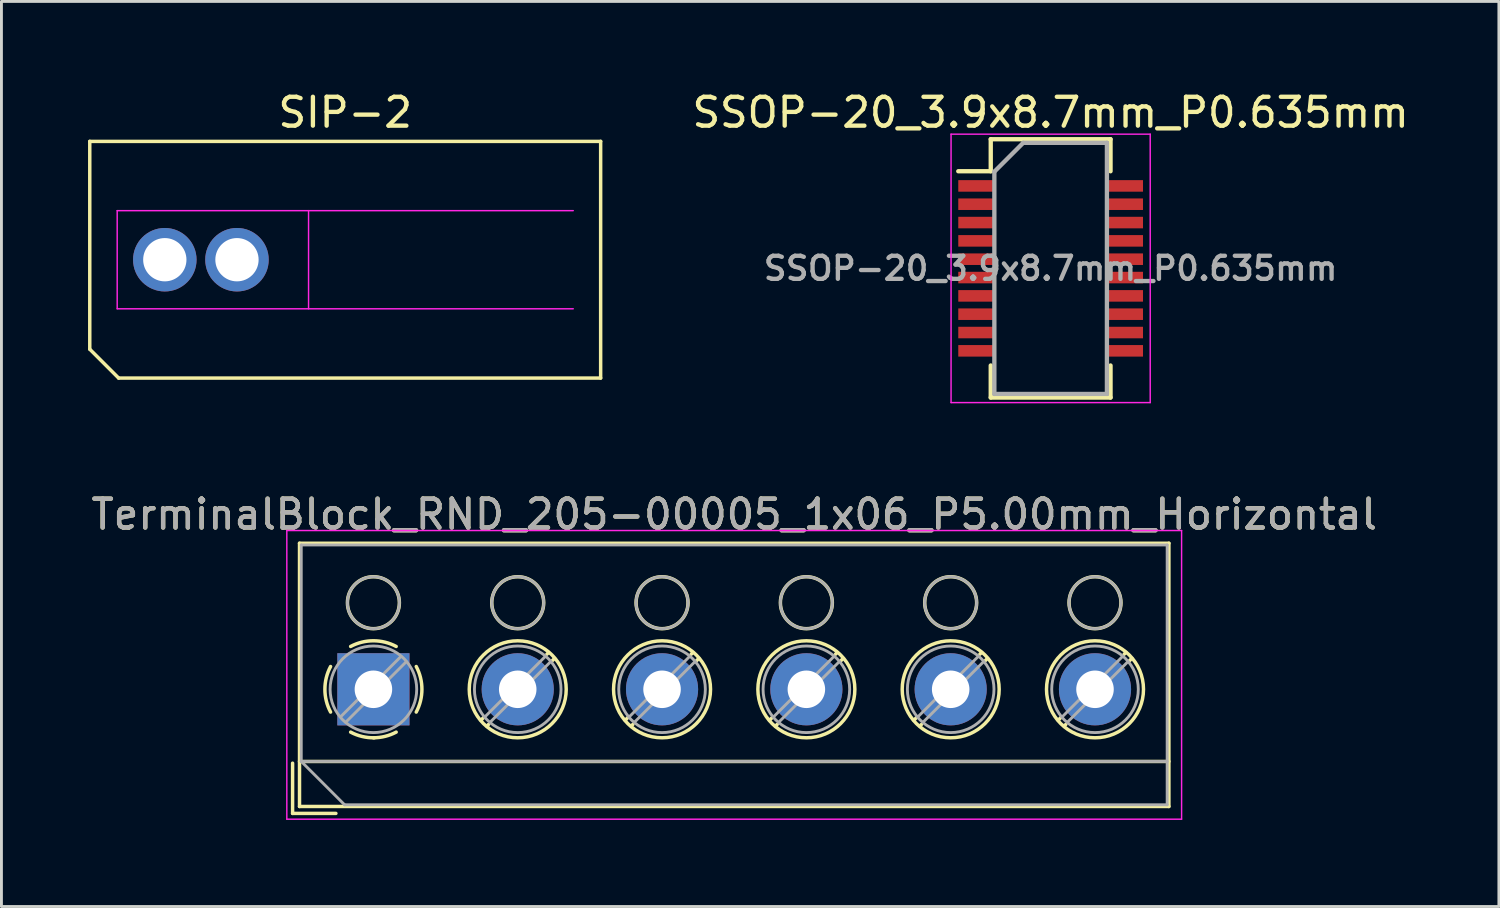
<source format=kicad_pcb>
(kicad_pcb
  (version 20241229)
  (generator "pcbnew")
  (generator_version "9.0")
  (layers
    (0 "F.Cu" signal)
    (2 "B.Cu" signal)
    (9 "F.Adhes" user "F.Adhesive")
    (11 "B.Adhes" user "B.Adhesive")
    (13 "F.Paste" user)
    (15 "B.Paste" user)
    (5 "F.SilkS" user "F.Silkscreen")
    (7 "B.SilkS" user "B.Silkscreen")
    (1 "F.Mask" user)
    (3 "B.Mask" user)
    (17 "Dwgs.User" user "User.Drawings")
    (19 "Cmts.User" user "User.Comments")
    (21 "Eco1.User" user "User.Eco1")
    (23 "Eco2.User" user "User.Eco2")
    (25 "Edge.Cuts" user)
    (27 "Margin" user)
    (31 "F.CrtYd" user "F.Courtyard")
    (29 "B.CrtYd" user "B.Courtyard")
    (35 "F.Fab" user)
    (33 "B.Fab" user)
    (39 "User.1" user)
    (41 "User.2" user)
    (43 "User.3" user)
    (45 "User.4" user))
  (footprint "SIP-2"
    (layer "F.Cu")
    (at 8.91 5.948)
    (property "Reference" "SIP-2" (at 0 -5.1 0) (layer "F.SilkS") (effects (font (size 1 1) (thickness 0.15))))
    (attr through_hole)
    (fp_line (start -8.85 -4.1) (end 8.85 -4.1) (stroke (width 0.12) (type solid)) (layer "F.SilkS"))
    (fp_line (start -8.85 3.1) (end -8.85 -4.1) (stroke (width 0.12) (type solid)) (layer "F.SilkS"))
    (fp_line (start -7.85 4.1) (end -8.85 3.1) (stroke (width 0.12) (type solid)) (layer "F.SilkS"))
    (fp_line (start 8.85 -4.1) (end 8.85 4.1) (stroke (width 0.12) (type solid)) (layer "F.SilkS"))
    (fp_line (start 8.85 4.1) (end -7.85 4.1) (stroke (width 0.12) (type solid)) (layer "F.SilkS"))
    (fp_line (start -7.9 -1.7) (end 7.9 -1.7) (stroke (width 0.05) (type solid)) (layer "F.CrtYd"))
    (fp_line (start -7.9 1.7) (end -7.9 -1.7) (stroke (width 0.05) (type solid)) (layer "F.CrtYd"))
    (fp_line (start -1.27 -1.7) (end -1.27 1.7) (stroke (width 0.05) (type solid)) (layer "F.CrtYd"))
    (fp_line (start 7.9 1.7) (end -7.9 1.7) (stroke (width 0.05) (type solid)) (layer "F.CrtYd"))
    (pad "1" thru_hole oval (at -6.25 0) (size 2.2 2.2) (drill 1.5) (layers "*.Cu" "*.Mask"))
    (pad "2" thru_hole oval (at -3.75 0) (size 2.2 2.2) (drill 1.5) (layers "*.Cu" "*.Mask")))
  (footprint "TerminalBlock_RND_205-00005_1x06_P5.00mm_Horizontal"
    (layer "F.Cu")
    (at 9.887 20.831)
    (property "Reference" "TerminalBlock_RND_205-00005_1x06_P5.00mm_Horizontal" (at 12.5 -6.06 0) (layer "F.SilkS") (effects (font (size 1 1) (thickness 0.15))))
    (attr through_hole)
    (fp_line (start -2.8 2.56) (end -2.8 4.3) (stroke (width 0.12) (type solid)) (layer "F.SilkS"))
    (fp_line (start -2.8 4.3) (end -1.3 4.3) (stroke (width 0.12) (type solid)) (layer "F.SilkS"))
    (fp_line (start -2.56 -5.06) (end -2.56 4.06) (stroke (width 0.12) (type solid)) (layer "F.SilkS"))
    (fp_line (start -2.56 -5.06) (end 27.56 -5.06) (stroke (width 0.12) (type solid)) (layer "F.SilkS"))
    (fp_line (start -2.56 2.5) (end 27.56 2.5) (stroke (width 0.12) (type solid)) (layer "F.SilkS"))
    (fp_line (start -2.56 4.06) (end 27.56 4.06) (stroke (width 0.12) (type solid)) (layer "F.SilkS"))
    (fp_line (start 3.82 0.976) (end 3.726 1.069) (stroke (width 0.12) (type solid)) (layer "F.SilkS"))
    (fp_line (start 3.99 1.216) (end 3.931 1.274) (stroke (width 0.12) (type solid)) (layer "F.SilkS"))
    (fp_line (start 6.07 -1.275) (end 6.011 -1.216) (stroke (width 0.12) (type solid)) (layer "F.SilkS"))
    (fp_line (start 6.275 -1.069) (end 6.181 -0.976) (stroke (width 0.12) (type solid)) (layer "F.SilkS"))
    (fp_line (start 8.82 0.976) (end 8.726 1.069) (stroke (width 0.12) (type solid)) (layer "F.SilkS"))
    (fp_line (start 8.99 1.216) (end 8.931 1.274) (stroke (width 0.12) (type solid)) (layer "F.SilkS"))
    (fp_line (start 11.07 -1.275) (end 11.011 -1.216) (stroke (width 0.12) (type solid)) (layer "F.SilkS"))
    (fp_line (start 11.275 -1.069) (end 11.181 -0.976) (stroke (width 0.12) (type solid)) (layer "F.SilkS"))
    (fp_line (start 13.82 0.976) (end 13.726 1.069) (stroke (width 0.12) (type solid)) (layer "F.SilkS"))
    (fp_line (start 13.99 1.216) (end 13.931 1.274) (stroke (width 0.12) (type solid)) (layer "F.SilkS"))
    (fp_line (start 16.07 -1.275) (end 16.011 -1.216) (stroke (width 0.12) (type solid)) (layer "F.SilkS"))
    (fp_line (start 16.275 -1.069) (end 16.181 -0.976) (stroke (width 0.12) (type solid)) (layer "F.SilkS"))
    (fp_line (start 18.82 0.976) (end 18.726 1.069) (stroke (width 0.12) (type solid)) (layer "F.SilkS"))
    (fp_line (start 18.99 1.216) (end 18.931 1.274) (stroke (width 0.12) (type solid)) (layer "F.SilkS"))
    (fp_line (start 21.07 -1.275) (end 21.011 -1.216) (stroke (width 0.12) (type solid)) (layer "F.SilkS"))
    (fp_line (start 21.275 -1.069) (end 21.181 -0.976) (stroke (width 0.12) (type solid)) (layer "F.SilkS"))
    (fp_line (start 23.82 0.976) (end 23.726 1.069) (stroke (width 0.12) (type solid)) (layer "F.SilkS"))
    (fp_line (start 23.99 1.216) (end 23.931 1.274) (stroke (width 0.12) (type solid)) (layer "F.SilkS"))
    (fp_line (start 26.07 -1.275) (end 26.011 -1.216) (stroke (width 0.12) (type solid)) (layer "F.SilkS"))
    (fp_line (start 26.275 -1.069) (end 26.181 -0.976) (stroke (width 0.12) (type solid)) (layer "F.SilkS"))
    (fp_line (start 27.56 -5.06) (end 27.56 4.06) (stroke (width 0.12) (type solid)) (layer "F.SilkS"))
    (fp_arc (start -1.483953 0.789089) (mid -1.680708 0.00005) (end -1.484 -0.789) (stroke (width 0.12) (type solid)) (layer "F.SilkS"))
    (fp_arc (start -0.789089 -1.483953) (mid -0.00005 -1.680708) (end 0.789 -1.484) (stroke (width 0.12) (type solid)) (layer "F.SilkS"))
    (fp_arc (start 0.029383 1.68045) (mid -0.392304 1.634281) (end -0.789 1.484) (stroke (width 0.12) (type solid)) (layer "F.SilkS"))
    (fp_arc (start 0.788712 1.483352) (mid 0.406429 1.630097) (end 0 1.68) (stroke (width 0.12) (type solid)) (layer "F.SilkS"))
    (fp_arc (start 1.483953 -0.789089) (mid 1.680708 -0.00005) (end 1.484 0.789) (stroke (width 0.12) (type solid)) (layer "F.SilkS"))
    (fp_circle (center 0 -3) (end 0.9 -3) (stroke (width 0.12) (type solid)) (fill no) (layer "F.SilkS"))
    (fp_circle (center 5 -3) (end 5.9 -3) (stroke (width 0.12) (type solid)) (fill no) (layer "F.SilkS"))
    (fp_circle (center 5 0) (end 6.68 0) (stroke (width 0.12) (type solid)) (fill no) (layer "F.SilkS"))
    (fp_circle (center 10 -3) (end 10.9 -3) (stroke (width 0.12) (type solid)) (fill no) (layer "F.SilkS"))
    (fp_circle (center 10 0) (end 11.68 0) (stroke (width 0.12) (type solid)) (fill no) (layer "F.SilkS"))
    (fp_circle (center 15 -3) (end 15.9 -3) (stroke (width 0.12) (type solid)) (fill no) (layer "F.SilkS"))
    (fp_circle (center 15 0) (end 16.68 0) (stroke (width 0.12) (type solid)) (fill no) (layer "F.SilkS"))
    (fp_circle (center 20 -3) (end 20.9 -3) (stroke (width 0.12) (type solid)) (fill no) (layer "F.SilkS"))
    (fp_circle (center 20 0) (end 21.68 0) (stroke (width 0.12) (type solid)) (fill no) (layer "F.SilkS"))
    (fp_circle (center 25 -3) (end 25.9 -3) (stroke (width 0.12) (type solid)) (fill no) (layer "F.SilkS"))
    (fp_circle (center 25 0) (end 26.68 0) (stroke (width 0.12) (type solid)) (fill no) (layer "F.SilkS"))
    (fp_line (start -3 -5.5) (end -3 4.5) (stroke (width 0.05) (type solid)) (layer "F.CrtYd"))
    (fp_line (start -3 4.5) (end 28 4.5) (stroke (width 0.05) (type solid)) (layer "F.CrtYd"))
    (fp_line (start 28 -5.5) (end -3 -5.5) (stroke (width 0.05) (type solid)) (layer "F.CrtYd"))
    (fp_line (start 28 4.5) (end 28 -5.5) (stroke (width 0.05) (type solid)) (layer "F.CrtYd"))
    (fp_line (start -2.5 -5) (end 27.5 -5) (stroke (width 0.1) (type solid)) (layer "F.Fab"))
    (fp_line (start -2.5 2.5) (end -2.5 -5) (stroke (width 0.1) (type solid)) (layer "F.Fab"))
    (fp_line (start -2.5 2.5) (end 27.5 2.5) (stroke (width 0.1) (type solid)) (layer "F.Fab"))
    (fp_line (start -1 4) (end -2.5 2.5) (stroke (width 0.1) (type solid)) (layer "F.Fab"))
    (fp_line (start 0.955 -1.138) (end -1.138 0.955) (stroke (width 0.1) (type solid)) (layer "F.Fab"))
    (fp_line (start 1.138 -0.955) (end -0.955 1.138) (stroke (width 0.1) (type solid)) (layer "F.Fab"))
    (fp_line (start 5.955 -1.138) (end 3.863 0.955) (stroke (width 0.1) (type solid)) (layer "F.Fab"))
    (fp_line (start 6.138 -0.955) (end 4.046 1.138) (stroke (width 0.1) (type solid)) (layer "F.Fab"))
    (fp_line (start 10.955 -1.138) (end 8.863 0.955) (stroke (width 0.1) (type solid)) (layer "F.Fab"))
    (fp_line (start 11.138 -0.955) (end 9.046 1.138) (stroke (width 0.1) (type solid)) (layer "F.Fab"))
    (fp_line (start 15.955 -1.138) (end 13.863 0.955) (stroke (width 0.1) (type solid)) (layer "F.Fab"))
    (fp_line (start 16.138 -0.955) (end 14.046 1.138) (stroke (width 0.1) (type solid)) (layer "F.Fab"))
    (fp_line (start 20.955 -1.138) (end 18.863 0.955) (stroke (width 0.1) (type solid)) (layer "F.Fab"))
    (fp_line (start 21.138 -0.955) (end 19.046 1.138) (stroke (width 0.1) (type solid)) (layer "F.Fab"))
    (fp_line (start 25.955 -1.138) (end 23.863 0.955) (stroke (width 0.1) (type solid)) (layer "F.Fab"))
    (fp_line (start 26.138 -0.955) (end 24.046 1.138) (stroke (width 0.1) (type solid)) (layer "F.Fab"))
    (fp_line (start 27.5 -5) (end 27.5 4) (stroke (width 0.1) (type solid)) (layer "F.Fab"))
    (fp_line (start 27.5 4) (end -1 4) (stroke (width 0.1) (type solid)) (layer "F.Fab"))
    (fp_circle (center 0 -3) (end 0.9 -3) (stroke (width 0.1) (type solid)) (fill no) (layer "F.Fab"))
    (fp_circle (center 0 0) (end 1.5 0) (stroke (width 0.1) (type solid)) (fill no) (layer "F.Fab"))
    (fp_circle (center 5 -3) (end 5.9 -3) (stroke (width 0.1) (type solid)) (fill no) (layer "F.Fab"))
    (fp_circle (center 5 0) (end 6.5 0) (stroke (width 0.1) (type solid)) (fill no) (layer "F.Fab"))
    (fp_circle (center 10 -3) (end 10.9 -3) (stroke (width 0.1) (type solid)) (fill no) (layer "F.Fab"))
    (fp_circle (center 10 0) (end 11.5 0) (stroke (width 0.1) (type solid)) (fill no) (layer "F.Fab"))
    (fp_circle (center 15 -3) (end 15.9 -3) (stroke (width 0.1) (type solid)) (fill no) (layer "F.Fab"))
    (fp_circle (center 15 0) (end 16.5 0) (stroke (width 0.1) (type solid)) (fill no) (layer "F.Fab"))
    (fp_circle (center 20 -3) (end 20.9 -3) (stroke (width 0.1) (type solid)) (fill no) (layer "F.Fab"))
    (fp_circle (center 20 0) (end 21.5 0) (stroke (width 0.1) (type solid)) (fill no) (layer "F.Fab"))
    (fp_circle (center 25 -3) (end 25.9 -3) (stroke (width 0.1) (type solid)) (fill no) (layer "F.Fab"))
    (fp_circle (center 25 0) (end 26.5 0) (stroke (width 0.1) (type solid)) (fill no) (layer "F.Fab"))
    (fp_text user "${REFERENCE}" (at 12.5 -6.06 0) (layer "F.Fab") (effects (font (size 1 1) (thickness 0.15))))
    (pad "1" thru_hole rect (at 0 0) (size 2.5 2.5) (drill 1.3) (layers "*.Cu" "*.Mask"))
    (pad "2" thru_hole circle (at 5 0) (size 2.5 2.5) (drill 1.3) (layers "*.Cu" "*.Mask"))
    (pad "3" thru_hole circle (at 10 0) (size 2.5 2.5) (drill 1.3) (layers "*.Cu" "*.Mask"))
    (pad "4" thru_hole circle (at 15 0) (size 2.5 2.5) (drill 1.3) (layers "*.Cu" "*.Mask"))
    (pad "5" thru_hole circle (at 20 0) (size 2.5 2.5) (drill 1.3) (layers "*.Cu" "*.Mask"))
    (pad "6" thru_hole circle (at 25 0) (size 2.5 2.5) (drill 1.3) (layers "*.Cu" "*.Mask")))
  (footprint "SSOP-20_3.9x8.7mm_P0.635mm"
    (layer "F.Cu")
    (at 33.35 6.248)
    (property "Reference" "SSOP-20_3.9x8.7mm_P0.635mm" (at 0 -5.4 0) (layer "F.SilkS") (effects (font (size 1 1) (thickness 0.15))))
    (attr smd)
    (fp_line (start -2.075 -4.475) (end 2.075 -4.475) (stroke (width 0.15) (type solid)) (layer "F.SilkS"))
    (fp_line (start -2.075 -3.365) (end -3.2 -3.365) (stroke (width 0.15) (type solid)) (layer "F.SilkS"))
    (fp_line (start -2.075 -3.365) (end -2.075 -4.475) (stroke (width 0.15) (type solid)) (layer "F.SilkS"))
    (fp_line (start -2.075 4.475) (end -2.075 3.365) (stroke (width 0.15) (type solid)) (layer "F.SilkS"))
    (fp_line (start -2.075 4.475) (end 2.075 4.475) (stroke (width 0.15) (type solid)) (layer "F.SilkS"))
    (fp_line (start 2.075 -4.475) (end 2.075 -3.365) (stroke (width 0.15) (type solid)) (layer "F.SilkS"))
    (fp_line (start 2.075 4.475) (end 2.075 3.365) (stroke (width 0.15) (type solid)) (layer "F.SilkS"))
    (fp_line (start -3.45 -4.65) (end -3.45 4.65) (stroke (width 0.05) (type solid)) (layer "F.CrtYd"))
    (fp_line (start -3.45 -4.65) (end 3.45 -4.65) (stroke (width 0.05) (type solid)) (layer "F.CrtYd"))
    (fp_line (start -3.45 4.65) (end 3.45 4.65) (stroke (width 0.05) (type solid)) (layer "F.CrtYd"))
    (fp_line (start 3.45 -4.65) (end 3.45 4.65) (stroke (width 0.05) (type solid)) (layer "F.CrtYd"))
    (fp_line (start -1.95 -3.35) (end -0.95 -4.35) (stroke (width 0.15) (type solid)) (layer "F.Fab"))
    (fp_line (start -1.95 4.35) (end -1.95 -3.35) (stroke (width 0.15) (type solid)) (layer "F.Fab"))
    (fp_line (start -0.95 -4.35) (end 1.95 -4.35) (stroke (width 0.15) (type solid)) (layer "F.Fab"))
    (fp_line (start 1.95 -4.35) (end 1.95 4.35) (stroke (width 0.15) (type solid)) (layer "F.Fab"))
    (fp_line (start 1.95 4.35) (end -1.95 4.35) (stroke (width 0.15) (type solid)) (layer "F.Fab"))
    (fp_text user "${REFERENCE}" (at 0 0 0) (layer "F.Fab") (effects (font (size 0.8 0.8) (thickness 0.15))))
    (pad "1" smd rect (at -2.6 -2.857) (size 1.2 0.4) (layers "F.Cu" "F.Mask" "F.Paste"))
    (pad "2" smd rect (at -2.6 -2.223) (size 1.2 0.4) (layers "F.Cu" "F.Mask" "F.Paste"))
    (pad "3" smd rect (at -2.6 -1.587) (size 1.2 0.4) (layers "F.Cu" "F.Mask" "F.Paste"))
    (pad "4" smd rect (at -2.6 -0.953) (size 1.2 0.4) (layers "F.Cu" "F.Mask" "F.Paste"))
    (pad "5" smd rect (at -2.6 -0.318) (size 1.2 0.4) (layers "F.Cu" "F.Mask" "F.Paste"))
    (pad "6" smd rect (at -2.6 0.318) (size 1.2 0.4) (layers "F.Cu" "F.Mask" "F.Paste"))
    (pad "7" smd rect (at -2.6 0.953) (size 1.2 0.4) (layers "F.Cu" "F.Mask" "F.Paste"))
    (pad "8" smd rect (at -2.6 1.587) (size 1.2 0.4) (layers "F.Cu" "F.Mask" "F.Paste"))
    (pad "9" smd rect (at -2.6 2.223) (size 1.2 0.4) (layers "F.Cu" "F.Mask" "F.Paste"))
    (pad "10" smd rect (at -2.6 2.857) (size 1.2 0.4) (layers "F.Cu" "F.Mask" "F.Paste"))
    (pad "11" smd rect (at 2.6 2.857) (size 1.2 0.4) (layers "F.Cu" "F.Mask" "F.Paste"))
    (pad "12" smd rect (at 2.6 2.223) (size 1.2 0.4) (layers "F.Cu" "F.Mask" "F.Paste"))
    (pad "13" smd rect (at 2.6 1.587) (size 1.2 0.4) (layers "F.Cu" "F.Mask" "F.Paste"))
    (pad "14" smd rect (at 2.6 0.953) (size 1.2 0.4) (layers "F.Cu" "F.Mask" "F.Paste"))
    (pad "15" smd rect (at 2.6 0.318) (size 1.2 0.4) (layers "F.Cu" "F.Mask" "F.Paste"))
    (pad "16" smd rect (at 2.6 -0.318) (size 1.2 0.4) (layers "F.Cu" "F.Mask" "F.Paste"))
    (pad "17" smd rect (at 2.6 -0.953) (size 1.2 0.4) (layers "F.Cu" "F.Mask" "F.Paste"))
    (pad "18" smd rect (at 2.6 -1.587) (size 1.2 0.4) (layers "F.Cu" "F.Mask" "F.Paste"))
    (pad "19" smd rect (at 2.6 -2.223) (size 1.2 0.4) (layers "F.Cu" "F.Mask" "F.Paste"))
    (pad "20" smd rect (at 2.6 -2.857) (size 1.2 0.4) (layers "F.Cu" "F.Mask" "F.Paste")))
  (gr_rect
    (start -3 -3)
    (end 48.88 28.357)
    (stroke (width 0.1) (type default))
    (fill no)
    (layer "Edge.Cuts")))
</source>
